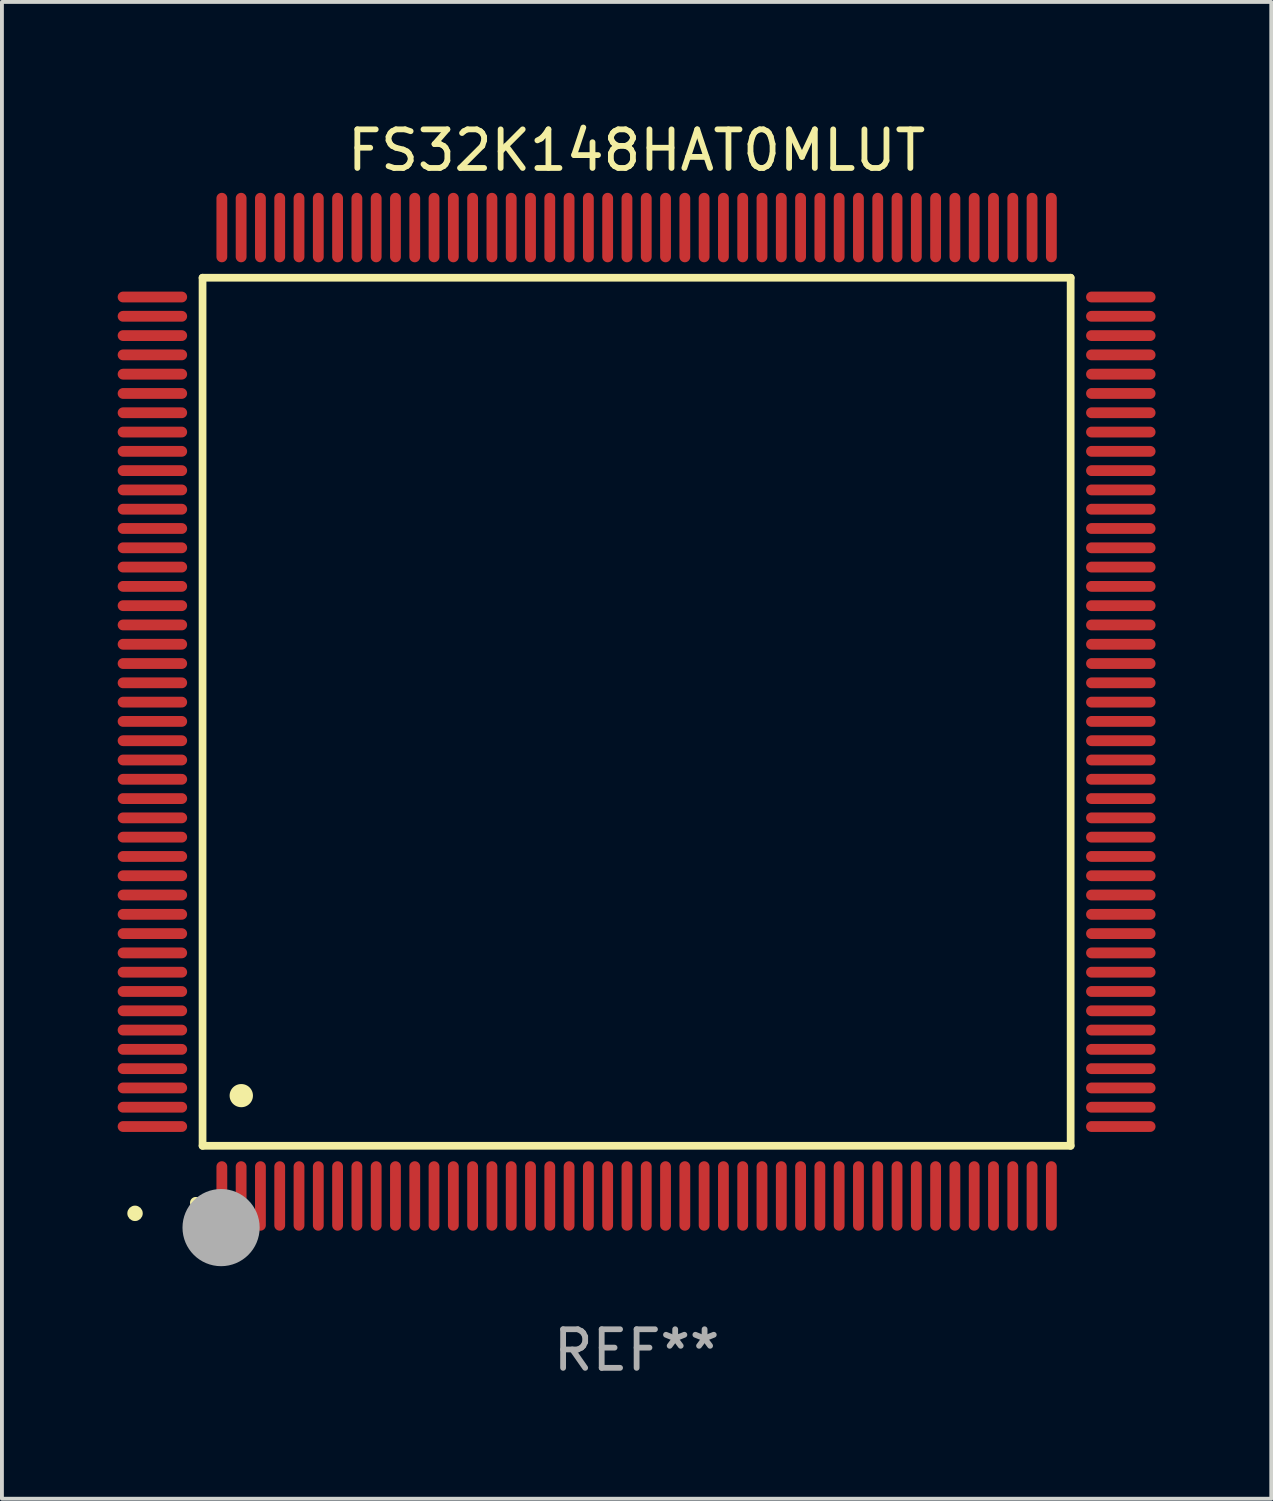
<source format=kicad_pcb>
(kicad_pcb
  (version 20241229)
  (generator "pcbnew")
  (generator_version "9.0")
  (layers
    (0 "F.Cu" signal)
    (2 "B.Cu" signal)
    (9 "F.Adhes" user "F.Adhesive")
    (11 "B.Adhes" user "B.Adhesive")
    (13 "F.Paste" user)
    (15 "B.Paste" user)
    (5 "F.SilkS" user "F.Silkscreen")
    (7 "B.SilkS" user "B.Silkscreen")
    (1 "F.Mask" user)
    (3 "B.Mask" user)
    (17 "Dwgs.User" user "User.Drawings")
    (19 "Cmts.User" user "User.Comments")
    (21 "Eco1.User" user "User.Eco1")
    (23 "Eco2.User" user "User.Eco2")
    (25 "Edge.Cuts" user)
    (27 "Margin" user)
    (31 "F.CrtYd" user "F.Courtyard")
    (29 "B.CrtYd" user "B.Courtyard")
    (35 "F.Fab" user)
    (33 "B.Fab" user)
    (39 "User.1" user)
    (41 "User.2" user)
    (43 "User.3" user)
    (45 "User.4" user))
  (footprint "FS32K148HAT0MLUT"
    (layer "F.Cu")
    (at 13.45 15.398)
    (property "Reference" "FS32K148HAT0MLUT" (at 0 -14.55 0) (layer "F.SilkS") (effects (font (size 1 1) (thickness 0.15))))
    (attr through_hole)
    (fp_line (start -11.25 -11.25) (end 11.25 -11.25) (stroke (width 0.2) (type solid)) (layer "F.SilkS"))
    (fp_line (start -11.25 11.25) (end -11.25 -11.25) (stroke (width 0.2) (type solid)) (layer "F.SilkS"))
    (fp_line (start 11.25 -11.25) (end 11.25 11.25) (stroke (width 0.2) (type solid)) (layer "F.SilkS"))
    (fp_line (start 11.25 11.25) (end -11.25 11.25) (stroke (width 0.2) (type solid)) (layer "F.SilkS"))
    (fp_arc (start -11.424943 12.725425) (mid -11.423673 12.72542) (end -11.422403 12.725425) (stroke (width 0.3) (type solid)) (layer "F.SilkS"))
    (fp_arc (start -10.24892 9.9492) (mid -10.24638 9.949189) (end -10.24384 9.9492) (stroke (width 0.6) (type solid)) (layer "F.SilkS"))
    (fp_circle (center -13 13) (end -12.9 13) (stroke (width 0.2) (type solid)) (fill no) (layer "F.SilkS"))
    (fp_circle (center -10.77 13.37) (end -10.27 13.37) (stroke (width 1) (type solid)) (fill no) (layer "F.Fab"))
    (fp_text user "REF**" (at 0 16.55 0) (layer "F.Fab") (effects (font (size 1 1) (thickness 0.15))))
    (pad "1" smd oval (at -10.75 12.55) (size 0.28 1.8) (layers "F.Cu" "F.Mask" "F.Paste"))
    (pad "2" smd oval (at -10.25 12.55) (size 0.28 1.8) (layers "F.Cu" "F.Mask" "F.Paste"))
    (pad "3" smd oval (at -9.75 12.55) (size 0.28 1.8) (layers "F.Cu" "F.Mask" "F.Paste"))
    (pad "4" smd oval (at -9.25 12.55) (size 0.28 1.8) (layers "F.Cu" "F.Mask" "F.Paste"))
    (pad "5" smd oval (at -8.75 12.55) (size 0.28 1.8) (layers "F.Cu" "F.Mask" "F.Paste"))
    (pad "6" smd oval (at -8.25 12.55) (size 0.28 1.8) (layers "F.Cu" "F.Mask" "F.Paste"))
    (pad "7" smd oval (at -7.75 12.55) (size 0.28 1.8) (layers "F.Cu" "F.Mask" "F.Paste"))
    (pad "8" smd oval (at -7.25 12.55) (size 0.28 1.8) (layers "F.Cu" "F.Mask" "F.Paste"))
    (pad "9" smd oval (at -6.75 12.55) (size 0.28 1.8) (layers "F.Cu" "F.Mask" "F.Paste"))
    (pad "10" smd oval (at -6.25 12.55) (size 0.28 1.8) (layers "F.Cu" "F.Mask" "F.Paste"))
    (pad "11" smd oval (at -5.75 12.55) (size 0.28 1.8) (layers "F.Cu" "F.Mask" "F.Paste"))
    (pad "12" smd oval (at -5.25 12.55) (size 0.28 1.8) (layers "F.Cu" "F.Mask" "F.Paste"))
    (pad "13" smd oval (at -4.75 12.55) (size 0.28 1.8) (layers "F.Cu" "F.Mask" "F.Paste"))
    (pad "14" smd oval (at -4.25 12.55) (size 0.28 1.8) (layers "F.Cu" "F.Mask" "F.Paste"))
    (pad "15" smd oval (at -3.75 12.55) (size 0.28 1.8) (layers "F.Cu" "F.Mask" "F.Paste"))
    (pad "16" smd oval (at -3.25 12.55) (size 0.28 1.8) (layers "F.Cu" "F.Mask" "F.Paste"))
    (pad "17" smd oval (at -2.75 12.55) (size 0.28 1.8) (layers "F.Cu" "F.Mask" "F.Paste"))
    (pad "18" smd oval (at -2.25 12.55) (size 0.28 1.8) (layers "F.Cu" "F.Mask" "F.Paste"))
    (pad "19" smd oval (at -1.75 12.55) (size 0.28 1.8) (layers "F.Cu" "F.Mask" "F.Paste"))
    (pad "20" smd oval (at -1.25 12.55) (size 0.28 1.8) (layers "F.Cu" "F.Mask" "F.Paste"))
    (pad "21" smd oval (at -0.75 12.55) (size 0.28 1.8) (layers "F.Cu" "F.Mask" "F.Paste"))
    (pad "22" smd oval (at -0.25 12.55) (size 0.28 1.8) (layers "F.Cu" "F.Mask" "F.Paste"))
    (pad "23" smd oval (at 0.25 12.55) (size 0.28 1.8) (layers "F.Cu" "F.Mask" "F.Paste"))
    (pad "24" smd oval (at 0.75 12.55) (size 0.28 1.8) (layers "F.Cu" "F.Mask" "F.Paste"))
    (pad "25" smd oval (at 1.25 12.55) (size 0.28 1.8) (layers "F.Cu" "F.Mask" "F.Paste"))
    (pad "26" smd oval (at 1.75 12.55) (size 0.28 1.8) (layers "F.Cu" "F.Mask" "F.Paste"))
    (pad "27" smd oval (at 2.25 12.55) (size 0.28 1.8) (layers "F.Cu" "F.Mask" "F.Paste"))
    (pad "28" smd oval (at 2.75 12.55) (size 0.28 1.8) (layers "F.Cu" "F.Mask" "F.Paste"))
    (pad "29" smd oval (at 3.25 12.55) (size 0.28 1.8) (layers "F.Cu" "F.Mask" "F.Paste"))
    (pad "30" smd oval (at 3.75 12.55) (size 0.28 1.8) (layers "F.Cu" "F.Mask" "F.Paste"))
    (pad "31" smd oval (at 4.25 12.55) (size 0.28 1.8) (layers "F.Cu" "F.Mask" "F.Paste"))
    (pad "32" smd oval (at 4.75 12.55) (size 0.28 1.8) (layers "F.Cu" "F.Mask" "F.Paste"))
    (pad "33" smd oval (at 5.25 12.55) (size 0.28 1.8) (layers "F.Cu" "F.Mask" "F.Paste"))
    (pad "34" smd oval (at 5.75 12.55) (size 0.28 1.8) (layers "F.Cu" "F.Mask" "F.Paste"))
    (pad "35" smd oval (at 6.25 12.55) (size 0.28 1.8) (layers "F.Cu" "F.Mask" "F.Paste"))
    (pad "36" smd oval (at 6.75 12.55) (size 0.28 1.8) (layers "F.Cu" "F.Mask" "F.Paste"))
    (pad "37" smd oval (at 7.25 12.55) (size 0.28 1.8) (layers "F.Cu" "F.Mask" "F.Paste"))
    (pad "38" smd oval (at 7.75 12.55) (size 0.28 1.8) (layers "F.Cu" "F.Mask" "F.Paste"))
    (pad "39" smd oval (at 8.25 12.55) (size 0.28 1.8) (layers "F.Cu" "F.Mask" "F.Paste"))
    (pad "40" smd oval (at 8.75 12.55) (size 0.28 1.8) (layers "F.Cu" "F.Mask" "F.Paste"))
    (pad "41" smd oval (at 9.25 12.55) (size 0.28 1.8) (layers "F.Cu" "F.Mask" "F.Paste"))
    (pad "42" smd oval (at 9.75 12.55) (size 0.28 1.8) (layers "F.Cu" "F.Mask" "F.Paste"))
    (pad "43" smd oval (at 10.25 12.55) (size 0.28 1.8) (layers "F.Cu" "F.Mask" "F.Paste"))
    (pad "44" smd oval (at 10.75 12.55) (size 0.28 1.8) (layers "F.Cu" "F.Mask" "F.Paste"))
    (pad "45" smd oval (at 12.55 10.75) (size 1.8 0.28) (layers "F.Cu" "F.Mask" "F.Paste"))
    (pad "46" smd oval (at 12.55 10.25) (size 1.8 0.28) (layers "F.Cu" "F.Mask" "F.Paste"))
    (pad "47" smd oval (at 12.55 9.75) (size 1.8 0.28) (layers "F.Cu" "F.Mask" "F.Paste"))
    (pad "48" smd oval (at 12.55 9.25) (size 1.8 0.28) (layers "F.Cu" "F.Mask" "F.Paste"))
    (pad "49" smd oval (at 12.55 8.75) (size 1.8 0.28) (layers "F.Cu" "F.Mask" "F.Paste"))
    (pad "50" smd oval (at 12.55 8.25) (size 1.8 0.28) (layers "F.Cu" "F.Mask" "F.Paste"))
    (pad "51" smd oval (at 12.55 7.75) (size 1.8 0.28) (layers "F.Cu" "F.Mask" "F.Paste"))
    (pad "52" smd oval (at 12.55 7.25) (size 1.8 0.28) (layers "F.Cu" "F.Mask" "F.Paste"))
    (pad "53" smd oval (at 12.55 6.75) (size 1.8 0.28) (layers "F.Cu" "F.Mask" "F.Paste"))
    (pad "54" smd oval (at 12.55 6.25) (size 1.8 0.28) (layers "F.Cu" "F.Mask" "F.Paste"))
    (pad "55" smd oval (at 12.55 5.75) (size 1.8 0.28) (layers "F.Cu" "F.Mask" "F.Paste"))
    (pad "56" smd oval (at 12.55 5.25) (size 1.8 0.28) (layers "F.Cu" "F.Mask" "F.Paste"))
    (pad "57" smd oval (at 12.55 4.75) (size 1.8 0.28) (layers "F.Cu" "F.Mask" "F.Paste"))
    (pad "58" smd oval (at 12.55 4.25) (size 1.8 0.28) (layers "F.Cu" "F.Mask" "F.Paste"))
    (pad "59" smd oval (at 12.55 3.75) (size 1.8 0.28) (layers "F.Cu" "F.Mask" "F.Paste"))
    (pad "60" smd oval (at 12.55 3.25) (size 1.8 0.28) (layers "F.Cu" "F.Mask" "F.Paste"))
    (pad "61" smd oval (at 12.55 2.75) (size 1.8 0.28) (layers "F.Cu" "F.Mask" "F.Paste"))
    (pad "62" smd oval (at 12.55 2.25) (size 1.8 0.28) (layers "F.Cu" "F.Mask" "F.Paste"))
    (pad "63" smd oval (at 12.55 1.75) (size 1.8 0.28) (layers "F.Cu" "F.Mask" "F.Paste"))
    (pad "64" smd oval (at 12.55 1.25) (size 1.8 0.28) (layers "F.Cu" "F.Mask" "F.Paste"))
    (pad "65" smd oval (at 12.55 0.75) (size 1.8 0.28) (layers "F.Cu" "F.Mask" "F.Paste"))
    (pad "66" smd oval (at 12.55 0.25) (size 1.8 0.28) (layers "F.Cu" "F.Mask" "F.Paste"))
    (pad "67" smd oval (at 12.55 -0.25) (size 1.8 0.28) (layers "F.Cu" "F.Mask" "F.Paste"))
    (pad "68" smd oval (at 12.55 -0.75) (size 1.8 0.28) (layers "F.Cu" "F.Mask" "F.Paste"))
    (pad "69" smd oval (at 12.55 -1.25) (size 1.8 0.28) (layers "F.Cu" "F.Mask" "F.Paste"))
    (pad "70" smd oval (at 12.55 -1.75) (size 1.8 0.28) (layers "F.Cu" "F.Mask" "F.Paste"))
    (pad "71" smd oval (at 12.55 -2.25) (size 1.8 0.28) (layers "F.Cu" "F.Mask" "F.Paste"))
    (pad "72" smd oval (at 12.55 -2.75) (size 1.8 0.28) (layers "F.Cu" "F.Mask" "F.Paste"))
    (pad "73" smd oval (at 12.55 -3.25) (size 1.8 0.28) (layers "F.Cu" "F.Mask" "F.Paste"))
    (pad "74" smd oval (at 12.55 -3.75) (size 1.8 0.28) (layers "F.Cu" "F.Mask" "F.Paste"))
    (pad "75" smd oval (at 12.55 -4.25) (size 1.8 0.28) (layers "F.Cu" "F.Mask" "F.Paste"))
    (pad "76" smd oval (at 12.55 -4.75) (size 1.8 0.28) (layers "F.Cu" "F.Mask" "F.Paste"))
    (pad "77" smd oval (at 12.55 -5.25) (size 1.8 0.28) (layers "F.Cu" "F.Mask" "F.Paste"))
    (pad "78" smd oval (at 12.55 -5.75) (size 1.8 0.28) (layers "F.Cu" "F.Mask" "F.Paste"))
    (pad "79" smd oval (at 12.55 -6.25) (size 1.8 0.28) (layers "F.Cu" "F.Mask" "F.Paste"))
    (pad "80" smd oval (at 12.55 -6.75) (size 1.8 0.28) (layers "F.Cu" "F.Mask" "F.Paste"))
    (pad "81" smd oval (at 12.55 -7.25) (size 1.8 0.28) (layers "F.Cu" "F.Mask" "F.Paste"))
    (pad "82" smd oval (at 12.55 -7.75) (size 1.8 0.28) (layers "F.Cu" "F.Mask" "F.Paste"))
    (pad "83" smd oval (at 12.55 -8.25) (size 1.8 0.28) (layers "F.Cu" "F.Mask" "F.Paste"))
    (pad "84" smd oval (at 12.55 -8.75) (size 1.8 0.28) (layers "F.Cu" "F.Mask" "F.Paste"))
    (pad "85" smd oval (at 12.55 -9.25) (size 1.8 0.28) (layers "F.Cu" "F.Mask" "F.Paste"))
    (pad "86" smd oval (at 12.55 -9.75) (size 1.8 0.28) (layers "F.Cu" "F.Mask" "F.Paste"))
    (pad "87" smd oval (at 12.55 -10.25) (size 1.8 0.28) (layers "F.Cu" "F.Mask" "F.Paste"))
    (pad "88" smd oval (at 12.55 -10.75) (size 1.8 0.28) (layers "F.Cu" "F.Mask" "F.Paste"))
    (pad "89" smd oval (at 10.75 -12.55) (size 0.28 1.8) (layers "F.Cu" "F.Mask" "F.Paste"))
    (pad "90" smd oval (at 10.25 -12.55) (size 0.28 1.8) (layers "F.Cu" "F.Mask" "F.Paste"))
    (pad "91" smd oval (at 9.75 -12.55) (size 0.28 1.8) (layers "F.Cu" "F.Mask" "F.Paste"))
    (pad "92" smd oval (at 9.25 -12.55) (size 0.28 1.8) (layers "F.Cu" "F.Mask" "F.Paste"))
    (pad "93" smd oval (at 8.75 -12.55) (size 0.28 1.8) (layers "F.Cu" "F.Mask" "F.Paste"))
    (pad "94" smd oval (at 8.25 -12.55) (size 0.28 1.8) (layers "F.Cu" "F.Mask" "F.Paste"))
    (pad "95" smd oval (at 7.75 -12.55) (size 0.28 1.8) (layers "F.Cu" "F.Mask" "F.Paste"))
    (pad "96" smd oval (at 7.25 -12.55) (size 0.28 1.8) (layers "F.Cu" "F.Mask" "F.Paste"))
    (pad "97" smd oval (at 6.75 -12.55) (size 0.28 1.8) (layers "F.Cu" "F.Mask" "F.Paste"))
    (pad "98" smd oval (at 6.25 -12.55) (size 0.28 1.8) (layers "F.Cu" "F.Mask" "F.Paste"))
    (pad "99" smd oval (at 5.75 -12.55) (size 0.28 1.8) (layers "F.Cu" "F.Mask" "F.Paste"))
    (pad "100" smd oval (at 5.25 -12.55) (size 0.28 1.8) (layers "F.Cu" "F.Mask" "F.Paste"))
    (pad "101" smd oval (at 4.75 -12.55) (size 0.28 1.8) (layers "F.Cu" "F.Mask" "F.Paste"))
    (pad "102" smd oval (at 4.25 -12.55) (size 0.28 1.8) (layers "F.Cu" "F.Mask" "F.Paste"))
    (pad "103" smd oval (at 3.75 -12.55) (size 0.28 1.8) (layers "F.Cu" "F.Mask" "F.Paste"))
    (pad "104" smd oval (at 3.25 -12.55) (size 0.28 1.8) (layers "F.Cu" "F.Mask" "F.Paste"))
    (pad "105" smd oval (at 2.75 -12.55) (size 0.28 1.8) (layers "F.Cu" "F.Mask" "F.Paste"))
    (pad "106" smd oval (at 2.25 -12.55) (size 0.28 1.8) (layers "F.Cu" "F.Mask" "F.Paste"))
    (pad "107" smd oval (at 1.75 -12.55) (size 0.28 1.8) (layers "F.Cu" "F.Mask" "F.Paste"))
    (pad "108" smd oval (at 1.25 -12.55) (size 0.28 1.8) (layers "F.Cu" "F.Mask" "F.Paste"))
    (pad "109" smd oval (at 0.75 -12.55) (size 0.28 1.8) (layers "F.Cu" "F.Mask" "F.Paste"))
    (pad "110" smd oval (at 0.25 -12.55) (size 0.28 1.8) (layers "F.Cu" "F.Mask" "F.Paste"))
    (pad "111" smd oval (at -0.25 -12.55) (size 0.28 1.8) (layers "F.Cu" "F.Mask" "F.Paste"))
    (pad "112" smd oval (at -0.75 -12.55) (size 0.28 1.8) (layers "F.Cu" "F.Mask" "F.Paste"))
    (pad "113" smd oval (at -1.25 -12.55) (size 0.28 1.8) (layers "F.Cu" "F.Mask" "F.Paste"))
    (pad "114" smd oval (at -1.75 -12.55) (size 0.28 1.8) (layers "F.Cu" "F.Mask" "F.Paste"))
    (pad "115" smd oval (at -2.25 -12.55) (size 0.28 1.8) (layers "F.Cu" "F.Mask" "F.Paste"))
    (pad "116" smd oval (at -2.75 -12.55) (size 0.28 1.8) (layers "F.Cu" "F.Mask" "F.Paste"))
    (pad "117" smd oval (at -3.25 -12.55) (size 0.28 1.8) (layers "F.Cu" "F.Mask" "F.Paste"))
    (pad "118" smd oval (at -3.75 -12.55) (size 0.28 1.8) (layers "F.Cu" "F.Mask" "F.Paste"))
    (pad "119" smd oval (at -4.25 -12.55) (size 0.28 1.8) (layers "F.Cu" "F.Mask" "F.Paste"))
    (pad "120" smd oval (at -4.75 -12.55) (size 0.28 1.8) (layers "F.Cu" "F.Mask" "F.Paste"))
    (pad "121" smd oval (at -5.25 -12.55) (size 0.28 1.8) (layers "F.Cu" "F.Mask" "F.Paste"))
    (pad "122" smd oval (at -5.75 -12.55) (size 0.28 1.8) (layers "F.Cu" "F.Mask" "F.Paste"))
    (pad "123" smd oval (at -6.25 -12.55) (size 0.28 1.8) (layers "F.Cu" "F.Mask" "F.Paste"))
    (pad "124" smd oval (at -6.75 -12.55) (size 0.28 1.8) (layers "F.Cu" "F.Mask" "F.Paste"))
    (pad "125" smd oval (at -7.25 -12.55) (size 0.28 1.8) (layers "F.Cu" "F.Mask" "F.Paste"))
    (pad "126" smd oval (at -7.75 -12.55) (size 0.28 1.8) (layers "F.Cu" "F.Mask" "F.Paste"))
    (pad "127" smd oval (at -8.25 -12.55) (size 0.28 1.8) (layers "F.Cu" "F.Mask" "F.Paste"))
    (pad "128" smd oval (at -8.75 -12.55) (size 0.28 1.8) (layers "F.Cu" "F.Mask" "F.Paste"))
    (pad "129" smd oval (at -9.25 -12.55) (size 0.28 1.8) (layers "F.Cu" "F.Mask" "F.Paste"))
    (pad "130" smd oval (at -9.75 -12.55) (size 0.28 1.8) (layers "F.Cu" "F.Mask" "F.Paste"))
    (pad "131" smd oval (at -10.25 -12.55) (size 0.28 1.8) (layers "F.Cu" "F.Mask" "F.Paste"))
    (pad "132" smd oval (at -10.75 -12.55) (size 0.28 1.8) (layers "F.Cu" "F.Mask" "F.Paste"))
    (pad "133" smd oval (at -12.55 -10.75) (size 1.8 0.28) (layers "F.Cu" "F.Mask" "F.Paste"))
    (pad "134" smd oval (at -12.55 -10.25) (size 1.8 0.28) (layers "F.Cu" "F.Mask" "F.Paste"))
    (pad "135" smd oval (at -12.55 -9.75) (size 1.8 0.28) (layers "F.Cu" "F.Mask" "F.Paste"))
    (pad "136" smd oval (at -12.55 -9.25) (size 1.8 0.28) (layers "F.Cu" "F.Mask" "F.Paste"))
    (pad "137" smd oval (at -12.55 -8.75) (size 1.8 0.28) (layers "F.Cu" "F.Mask" "F.Paste"))
    (pad "138" smd oval (at -12.55 -8.25) (size 1.8 0.28) (layers "F.Cu" "F.Mask" "F.Paste"))
    (pad "139" smd oval (at -12.55 -7.75) (size 1.8 0.28) (layers "F.Cu" "F.Mask" "F.Paste"))
    (pad "140" smd oval (at -12.55 -7.25) (size 1.8 0.28) (layers "F.Cu" "F.Mask" "F.Paste"))
    (pad "141" smd oval (at -12.55 -6.75) (size 1.8 0.28) (layers "F.Cu" "F.Mask" "F.Paste"))
    (pad "142" smd oval (at -12.55 -6.25) (size 1.8 0.28) (layers "F.Cu" "F.Mask" "F.Paste"))
    (pad "143" smd oval (at -12.55 -5.75) (size 1.8 0.28) (layers "F.Cu" "F.Mask" "F.Paste"))
    (pad "144" smd oval (at -12.55 -5.25) (size 1.8 0.28) (layers "F.Cu" "F.Mask" "F.Paste"))
    (pad "145" smd oval (at -12.55 -4.75) (size 1.8 0.28) (layers "F.Cu" "F.Mask" "F.Paste"))
    (pad "146" smd oval (at -12.55 -4.25) (size 1.8 0.28) (layers "F.Cu" "F.Mask" "F.Paste"))
    (pad "147" smd oval (at -12.55 -3.75) (size 1.8 0.28) (layers "F.Cu" "F.Mask" "F.Paste"))
    (pad "148" smd oval (at -12.55 -3.25) (size 1.8 0.28) (layers "F.Cu" "F.Mask" "F.Paste"))
    (pad "149" smd oval (at -12.55 -2.75) (size 1.8 0.28) (layers "F.Cu" "F.Mask" "F.Paste"))
    (pad "150" smd oval (at -12.55 -2.25) (size 1.8 0.28) (layers "F.Cu" "F.Mask" "F.Paste"))
    (pad "151" smd oval (at -12.55 -1.75) (size 1.8 0.28) (layers "F.Cu" "F.Mask" "F.Paste"))
    (pad "152" smd oval (at -12.55 -1.25) (size 1.8 0.28) (layers "F.Cu" "F.Mask" "F.Paste"))
    (pad "153" smd oval (at -12.55 -0.75) (size 1.8 0.28) (layers "F.Cu" "F.Mask" "F.Paste"))
    (pad "154" smd oval (at -12.55 -0.25) (size 1.8 0.28) (layers "F.Cu" "F.Mask" "F.Paste"))
    (pad "155" smd oval (at -12.55 0.25) (size 1.8 0.28) (layers "F.Cu" "F.Mask" "F.Paste"))
    (pad "156" smd oval (at -12.55 0.75) (size 1.8 0.28) (layers "F.Cu" "F.Mask" "F.Paste"))
    (pad "157" smd oval (at -12.55 1.25) (size 1.8 0.28) (layers "F.Cu" "F.Mask" "F.Paste"))
    (pad "158" smd oval (at -12.55 1.75) (size 1.8 0.28) (layers "F.Cu" "F.Mask" "F.Paste"))
    (pad "159" smd oval (at -12.55 2.25) (size 1.8 0.28) (layers "F.Cu" "F.Mask" "F.Paste"))
    (pad "160" smd oval (at -12.55 2.75) (size 1.8 0.28) (layers "F.Cu" "F.Mask" "F.Paste"))
    (pad "161" smd oval (at -12.55 3.25) (size 1.8 0.28) (layers "F.Cu" "F.Mask" "F.Paste"))
    (pad "162" smd oval (at -12.55 3.75) (size 1.8 0.28) (layers "F.Cu" "F.Mask" "F.Paste"))
    (pad "163" smd oval (at -12.55 4.25) (size 1.8 0.28) (layers "F.Cu" "F.Mask" "F.Paste"))
    (pad "164" smd oval (at -12.55 4.75) (size 1.8 0.28) (layers "F.Cu" "F.Mask" "F.Paste"))
    (pad "165" smd oval (at -12.55 5.25) (size 1.8 0.28) (layers "F.Cu" "F.Mask" "F.Paste"))
    (pad "166" smd oval (at -12.55 5.75) (size 1.8 0.28) (layers "F.Cu" "F.Mask" "F.Paste"))
    (pad "167" smd oval (at -12.55 6.25) (size 1.8 0.28) (layers "F.Cu" "F.Mask" "F.Paste"))
    (pad "168" smd oval (at -12.55 6.75) (size 1.8 0.28) (layers "F.Cu" "F.Mask" "F.Paste"))
    (pad "169" smd oval (at -12.55 7.25) (size 1.8 0.28) (layers "F.Cu" "F.Mask" "F.Paste"))
    (pad "170" smd oval (at -12.55 7.75) (size 1.8 0.28) (layers "F.Cu" "F.Mask" "F.Paste"))
    (pad "171" smd oval (at -12.55 8.25) (size 1.8 0.28) (layers "F.Cu" "F.Mask" "F.Paste"))
    (pad "172" smd oval (at -12.55 8.75) (size 1.8 0.28) (layers "F.Cu" "F.Mask" "F.Paste"))
    (pad "173" smd oval (at -12.55 9.25) (size 1.8 0.28) (layers "F.Cu" "F.Mask" "F.Paste"))
    (pad "174" smd oval (at -12.55 9.75) (size 1.8 0.28) (layers "F.Cu" "F.Mask" "F.Paste"))
    (pad "175" smd oval (at -12.55 10.25) (size 1.8 0.28) (layers "F.Cu" "F.Mask" "F.Paste"))
    (pad "176" smd oval (at -12.55 10.75) (size 1.8 0.28) (layers "F.Cu" "F.Mask" "F.Paste")))
  (gr_rect
    (start -3 -3)
    (end 29.9 35.796)
    (stroke (width 0.1) (type default))
    (fill no)
    (layer "Edge.Cuts")))
</source>
